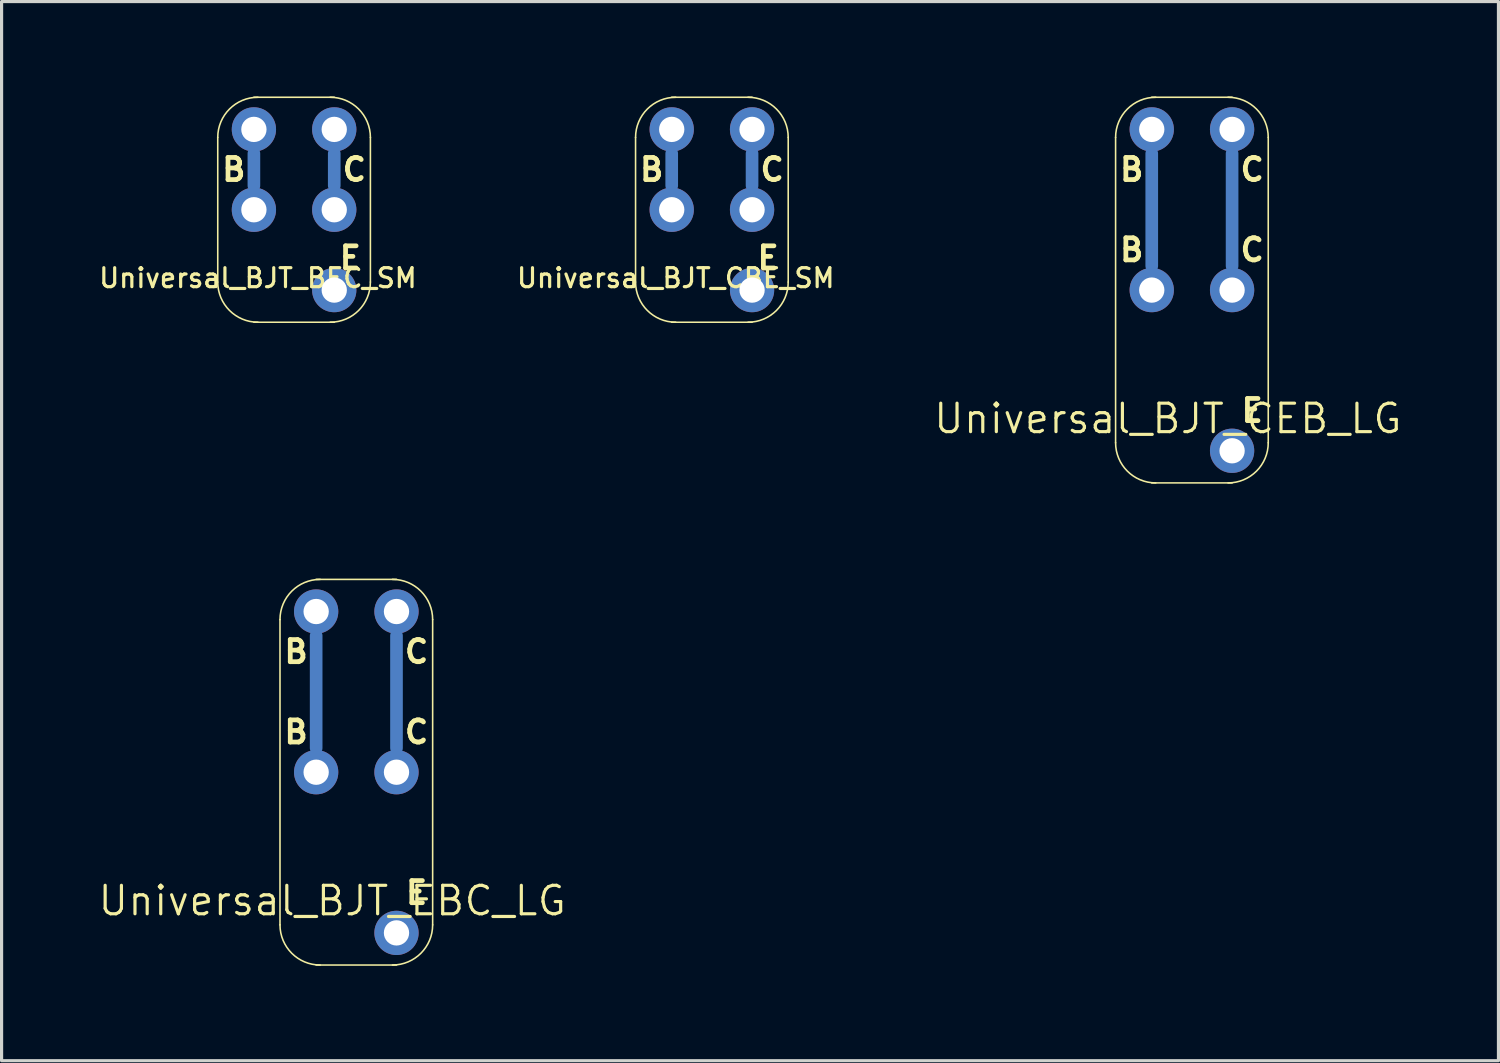
<source format=kicad_pcb>
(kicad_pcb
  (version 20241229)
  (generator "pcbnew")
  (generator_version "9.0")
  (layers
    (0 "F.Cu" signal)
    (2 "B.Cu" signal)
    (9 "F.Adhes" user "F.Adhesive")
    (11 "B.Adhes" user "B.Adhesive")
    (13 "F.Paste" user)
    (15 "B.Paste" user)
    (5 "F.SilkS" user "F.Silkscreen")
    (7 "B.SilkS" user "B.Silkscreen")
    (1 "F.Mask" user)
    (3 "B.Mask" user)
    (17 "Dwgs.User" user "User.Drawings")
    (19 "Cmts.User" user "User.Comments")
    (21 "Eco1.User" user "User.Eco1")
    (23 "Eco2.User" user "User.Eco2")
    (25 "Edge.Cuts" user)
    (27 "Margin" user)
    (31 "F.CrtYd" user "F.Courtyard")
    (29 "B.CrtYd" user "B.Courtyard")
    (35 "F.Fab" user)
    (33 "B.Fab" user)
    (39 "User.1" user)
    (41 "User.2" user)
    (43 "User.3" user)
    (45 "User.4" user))
  (footprint "Universal_BJT_CEB_LG"
    (layer "F.Cu")
    (at 33.362 6.121)
    (property "Reference" "Universal_BJT_CEB_LG" (at 0.508 4.064 0) (layer "F.SilkS") (effects (font (size 0.9 0.9) (thickness 0.1))))
    (attr through_hole)
    (fp_line (start 0 -0.762) (end 0 -4.318) (stroke (width 0.4) (type solid)) (layer "B.Cu"))
    (fp_line (start 2.54 -0.762) (end 2.54 -4.318) (stroke (width 0.4) (type solid)) (layer "B.Cu"))
    (fp_line (start -1.143 4.826) (end -1.143 -4.826) (stroke (width 0.05) (type solid)) (layer "F.SilkS"))
    (fp_line (start 0 -6.096) (end 2.54 -6.096) (stroke (width 0.05) (type solid)) (layer "F.SilkS"))
    (fp_line (start 0 6.096) (end 2.54 6.096) (stroke (width 0.05) (type solid)) (layer "F.SilkS"))
    (fp_line (start 3.683 -4.826) (end 3.683 4.826) (stroke (width 0.05) (type solid)) (layer "F.SilkS"))
    (fp_arc (start -1.143 -4.826) (mid -0.771026 -5.724026) (end 0.127 -6.096) (stroke (width 0.05) (type solid)) (layer "F.SilkS"))
    (fp_arc (start 0.127 6.096) (mid -0.771026 5.724026) (end -1.143 4.826) (stroke (width 0.05) (type solid)) (layer "F.SilkS"))
    (fp_arc (start 2.413 -6.096) (mid 3.311026 -5.724026) (end 3.683 -4.826) (stroke (width 0.05) (type solid)) (layer "F.SilkS"))
    (fp_arc (start 3.683 4.826) (mid 3.311026 5.724026) (end 2.413 6.096) (stroke (width 0.05) (type solid)) (layer "F.SilkS"))
    (fp_text user "E" (at 3.175 3.81 180) (layer "F.SilkS") (effects (font (size 0.7 0.7) (thickness 0.15))))
    (fp_text user "B" (at -0.635 -3.81 180) (layer "F.SilkS") (effects (font (size 0.7 0.7) (thickness 0.15))))
    (fp_text user "C" (at 3.175 -1.27 180) (layer "F.SilkS") (effects (font (size 0.7 0.7) (thickness 0.15))))
    (fp_text user "C" (at 3.175 -3.81 180) (layer "F.SilkS") (effects (font (size 0.7 0.7) (thickness 0.15))))
    (fp_text user "B" (at -0.635 -1.27 180) (layer "F.SilkS") (effects (font (size 0.7 0.7) (thickness 0.15))))
    (pad "1" thru_hole circle (at 2.54 -5.08 180) (size 1.4 1.4) (drill 0.8) (layers "*.Cu"))
    (pad "1" thru_hole circle (at 2.54 0 180) (size 1.4 1.4) (drill 0.8) (layers "*.Cu"))
    (pad "2" thru_hole circle (at 2.54 5.08 180) (size 1.4 1.4) (drill 0.8) (layers "*.Cu"))
    (pad "3" thru_hole circle (at 0 -5.08 180) (size 1.4 1.4) (drill 0.8) (layers "*.Cu"))
    (pad "3" thru_hole circle (at 0 0 180) (size 1.4 1.4) (drill 0.8) (layers "*.Cu")))
  (footprint "Universal_BJT_BEC_SM"
    (layer "F.Cu")
    (at 4.977 3.581)
    (property "Reference" "Universal_BJT_BEC_SM" (at 0.127 2.159 0) (layer "F.SilkS") (effects (font (size 0.6 0.6) (thickness 0.1))))
    (attr through_hole)
    (fp_line (start 0 -0.762) (end 0 -1.778) (stroke (width 0.4) (type solid)) (layer "B.Cu"))
    (fp_line (start 2.54 -0.762) (end 2.54 -1.778) (stroke (width 0.4) (type solid)) (layer "B.Cu"))
    (fp_line (start -1.143 2.286) (end -1.143 -2.286) (stroke (width 0.05) (type solid)) (layer "F.SilkS"))
    (fp_line (start 0 -3.556) (end 2.54 -3.556) (stroke (width 0.05) (type solid)) (layer "F.SilkS"))
    (fp_line (start 0 3.556) (end 2.54 3.556) (stroke (width 0.05) (type solid)) (layer "F.SilkS"))
    (fp_line (start 3.683 2.286) (end 3.683 -2.286) (stroke (width 0.05) (type solid)) (layer "F.SilkS"))
    (fp_arc (start -1.143 -2.286) (mid -0.771026 -3.184026) (end 0.127 -3.556) (stroke (width 0.05) (type solid)) (layer "F.SilkS"))
    (fp_arc (start 0.127 3.556) (mid -0.771026 3.184026) (end -1.143 2.286) (stroke (width 0.05) (type solid)) (layer "F.SilkS"))
    (fp_arc (start 2.413 -3.556) (mid 3.311026 -3.184026) (end 3.683 -2.286) (stroke (width 0.05) (type solid)) (layer "F.SilkS"))
    (fp_arc (start 3.683 2.286) (mid 3.311026 3.184026) (end 2.413 3.556) (stroke (width 0.05) (type solid)) (layer "F.SilkS"))
    (fp_text user "C" (at 3.175 -1.27 180) (layer "F.SilkS") (effects (font (size 0.7 0.7) (thickness 0.15))))
    (fp_text user "E" (at 3.048 1.524 180) (layer "F.SilkS") (effects (font (size 0.7 0.7) (thickness 0.15))))
    (fp_text user "B" (at -0.635 -1.27 180) (layer "F.SilkS") (effects (font (size 0.7 0.7) (thickness 0.15))))
    (pad "1" thru_hole circle (at 0 -2.54 180) (size 1.4 1.4) (drill 0.8) (layers "*.Cu"))
    (pad "1" thru_hole circle (at 0 0 180) (size 1.4 1.4) (drill 0.8) (layers "*.Cu"))
    (pad "2" thru_hole circle (at 2.54 2.54 180) (size 1.4 1.4) (drill 0.8) (layers "*.Cu"))
    (pad "3" thru_hole circle (at 2.54 -2.54 180) (size 1.4 1.4) (drill 0.8) (layers "*.Cu"))
    (pad "3" thru_hole circle (at 2.54 0 180) (size 1.4 1.4) (drill 0.8) (layers "*.Cu")))
  (footprint "Universal_BJT_CBE_SM"
    (layer "F.Cu")
    (at 18.186 3.581)
    (property "Reference" "Universal_BJT_CBE_SM" (at 0.127 2.159 0) (layer "F.SilkS") (effects (font (size 0.6 0.6) (thickness 0.1))))
    (attr through_hole)
    (fp_line (start 0 -0.762) (end 0 -1.778) (stroke (width 0.4) (type solid)) (layer "B.Cu"))
    (fp_line (start 2.54 -0.762) (end 2.54 -1.778) (stroke (width 0.4) (type solid)) (layer "B.Cu"))
    (fp_line (start -1.143 2.286) (end -1.143 -2.286) (stroke (width 0.05) (type solid)) (layer "F.SilkS"))
    (fp_line (start 0 -3.556) (end 2.54 -3.556) (stroke (width 0.05) (type solid)) (layer "F.SilkS"))
    (fp_line (start 0 3.556) (end 2.54 3.556) (stroke (width 0.05) (type solid)) (layer "F.SilkS"))
    (fp_line (start 3.683 2.286) (end 3.683 -2.286) (stroke (width 0.05) (type solid)) (layer "F.SilkS"))
    (fp_arc (start -1.143 -2.286) (mid -0.771026 -3.184026) (end 0.127 -3.556) (stroke (width 0.05) (type solid)) (layer "F.SilkS"))
    (fp_arc (start 0.127 3.556) (mid -0.771026 3.184026) (end -1.143 2.286) (stroke (width 0.05) (type solid)) (layer "F.SilkS"))
    (fp_arc (start 2.413 -3.556) (mid 3.311026 -3.184026) (end 3.683 -2.286) (stroke (width 0.05) (type solid)) (layer "F.SilkS"))
    (fp_arc (start 3.683 2.286) (mid 3.311026 3.184026) (end 2.413 3.556) (stroke (width 0.05) (type solid)) (layer "F.SilkS"))
    (fp_text user "E" (at 3.048 1.524 180) (layer "F.SilkS") (effects (font (size 0.7 0.7) (thickness 0.15))))
    (fp_text user "C" (at 3.175 -1.27 180) (layer "F.SilkS") (effects (font (size 0.7 0.7) (thickness 0.15))))
    (fp_text user "B" (at -0.635 -1.27 180) (layer "F.SilkS") (effects (font (size 0.7 0.7) (thickness 0.15))))
    (pad "1" thru_hole circle (at 2.54 -2.54 180) (size 1.4 1.4) (drill 0.8) (layers "*.Cu"))
    (pad "1" thru_hole circle (at 2.54 0 180) (size 1.4 1.4) (drill 0.8) (layers "*.Cu"))
    (pad "2" thru_hole circle (at 0 -2.54 180) (size 1.4 1.4) (drill 0.8) (layers "*.Cu"))
    (pad "2" thru_hole circle (at 0 0 180) (size 1.4 1.4) (drill 0.8) (layers "*.Cu"))
    (pad "3" thru_hole circle (at 2.54 2.54 180) (size 1.4 1.4) (drill 0.8) (layers "*.Cu")))
  (footprint "Universal_BJT_EBC_LG"
    (layer "F.Cu")
    (at 6.945 21.363)
    (property "Reference" "Universal_BJT_EBC_LG" (at 0.508 4.064 0) (layer "F.SilkS") (effects (font (size 0.9 0.9) (thickness 0.1))))
    (attr through_hole)
    (fp_line (start 0 -0.762) (end 0 -4.318) (stroke (width 0.4) (type solid)) (layer "B.Cu"))
    (fp_line (start 2.54 -0.762) (end 2.54 -4.318) (stroke (width 0.4) (type solid)) (layer "B.Cu"))
    (fp_line (start -1.143 4.826) (end -1.143 -4.826) (stroke (width 0.05) (type solid)) (layer "F.SilkS"))
    (fp_line (start 0 -6.096) (end 2.54 -6.096) (stroke (width 0.05) (type solid)) (layer "F.SilkS"))
    (fp_line (start 0 6.096) (end 2.54 6.096) (stroke (width 0.05) (type solid)) (layer "F.SilkS"))
    (fp_line (start 3.683 -4.826) (end 3.683 4.826) (stroke (width 0.05) (type solid)) (layer "F.SilkS"))
    (fp_arc (start -1.143 -4.826) (mid -0.771026 -5.724026) (end 0.127 -6.096) (stroke (width 0.05) (type solid)) (layer "F.SilkS"))
    (fp_arc (start 0.127 6.096) (mid -0.771026 5.724026) (end -1.143 4.826) (stroke (width 0.05) (type solid)) (layer "F.SilkS"))
    (fp_arc (start 2.413 -6.096) (mid 3.311026 -5.724026) (end 3.683 -4.826) (stroke (width 0.05) (type solid)) (layer "F.SilkS"))
    (fp_arc (start 3.683 4.826) (mid 3.311026 5.724026) (end 2.413 6.096) (stroke (width 0.05) (type solid)) (layer "F.SilkS"))
    (fp_text user "C" (at 3.175 -3.81 180) (layer "F.SilkS") (effects (font (size 0.7 0.7) (thickness 0.15))))
    (fp_text user "E" (at 3.175 3.81 180) (layer "F.SilkS") (effects (font (size 0.7 0.7) (thickness 0.15))))
    (fp_text user "C" (at 3.175 -1.27 180) (layer "F.SilkS") (effects (font (size 0.7 0.7) (thickness 0.15))))
    (fp_text user "B" (at -0.635 -1.27 180) (layer "F.SilkS") (effects (font (size 0.7 0.7) (thickness 0.15))))
    (fp_text user "B" (at -0.635 -3.81 180) (layer "F.SilkS") (effects (font (size 0.7 0.7) (thickness 0.15))))
    (pad "1" thru_hole circle (at 2.54 5.08 180) (size 1.4 1.4) (drill 0.8) (layers "*.Cu"))
    (pad "2" thru_hole circle (at 0 -5.08 180) (size 1.4 1.4) (drill 0.8) (layers "*.Cu"))
    (pad "2" thru_hole circle (at 0 0 180) (size 1.4 1.4) (drill 0.8) (layers "*.Cu"))
    (pad "3" thru_hole circle (at 2.54 -5.08 180) (size 1.4 1.4) (drill 0.8) (layers "*.Cu"))
    (pad "3" thru_hole circle (at 2.54 0 180) (size 1.4 1.4) (drill 0.8) (layers "*.Cu")))
  (gr_rect
    (start -3 -3)
    (end 44.323 30.484)
    (stroke (width 0.1) (type default))
    (fill no)
    (layer "Edge.Cuts")))
</source>
